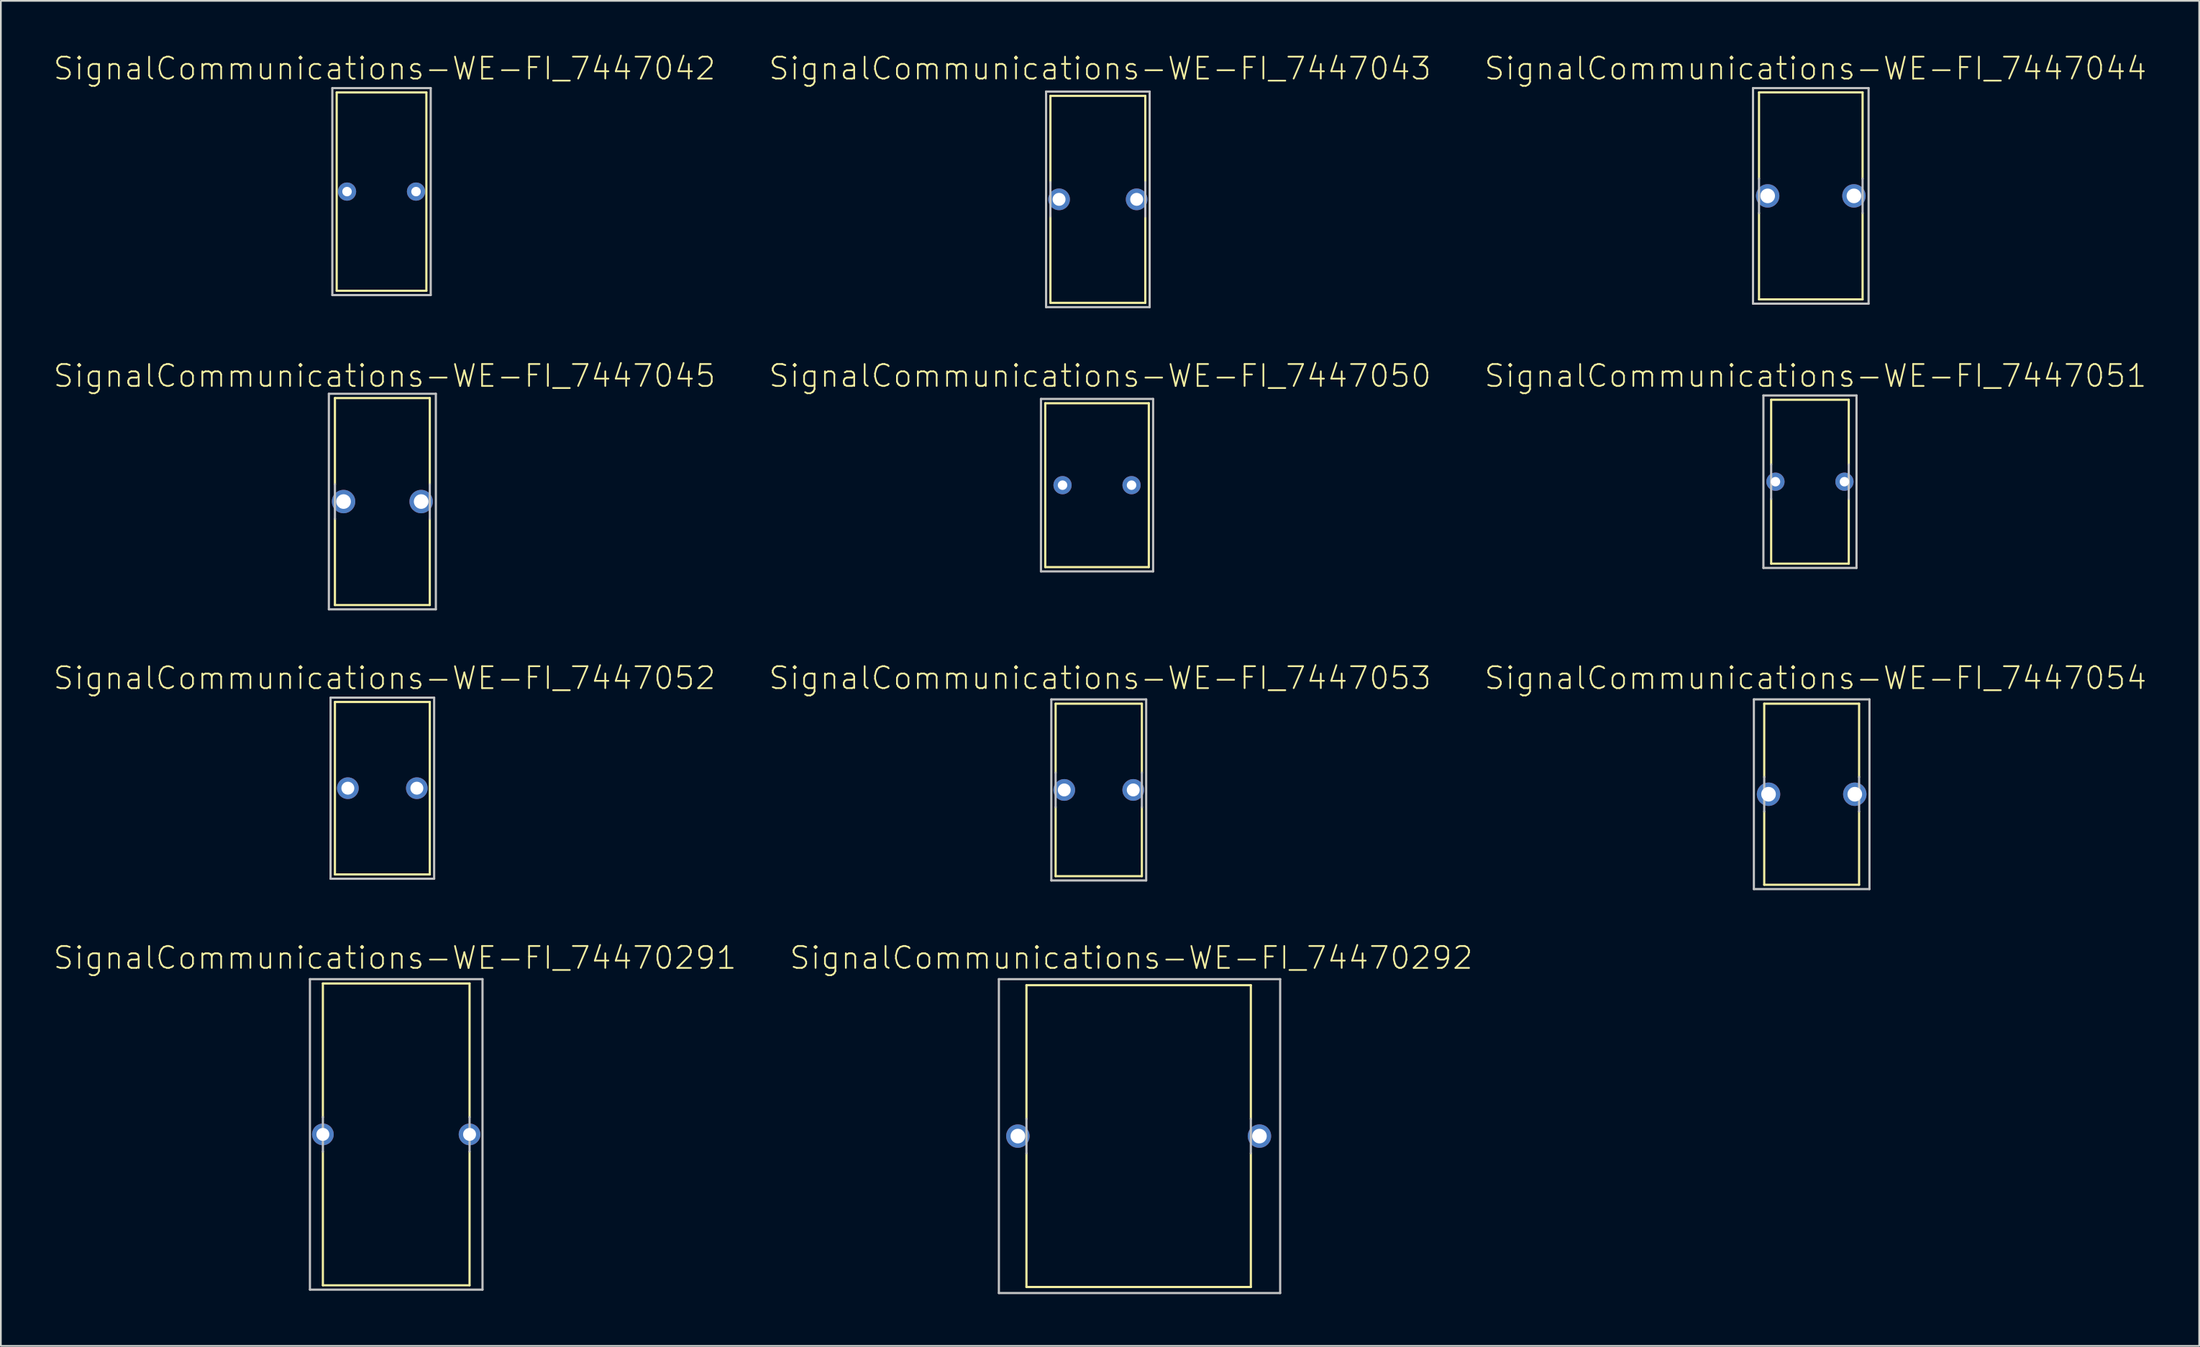
<source format=kicad_pcb>
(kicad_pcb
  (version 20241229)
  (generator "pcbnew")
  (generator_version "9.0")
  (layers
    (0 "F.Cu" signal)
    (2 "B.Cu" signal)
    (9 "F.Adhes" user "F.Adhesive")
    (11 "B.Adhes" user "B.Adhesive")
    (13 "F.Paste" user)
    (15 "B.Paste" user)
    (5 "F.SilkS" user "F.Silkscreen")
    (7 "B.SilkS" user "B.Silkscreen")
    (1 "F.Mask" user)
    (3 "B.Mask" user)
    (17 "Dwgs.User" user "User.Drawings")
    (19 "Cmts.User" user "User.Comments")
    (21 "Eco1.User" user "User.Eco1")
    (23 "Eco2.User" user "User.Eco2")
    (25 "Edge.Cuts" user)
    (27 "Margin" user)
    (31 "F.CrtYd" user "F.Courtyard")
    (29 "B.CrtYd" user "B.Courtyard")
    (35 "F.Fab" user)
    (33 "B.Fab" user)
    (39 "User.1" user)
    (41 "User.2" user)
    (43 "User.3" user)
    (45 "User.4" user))
  (footprint "SignalCommunications-WE-FI_7447043"
    (layer "F.Cu")
    (at 60.555 8.506)
    (property "Reference" "SignalCommunications-WE-FI_7447043" (at 0.124 -7.584 0) (layer "F.SilkS") (effects (font (size 1.27 1.27) (thickness 0.102))))
    (attr exclude_from_pos_files exclude_from_bom)
    (fp_line (start -2.748 -5.999) (end 2.748 -5.999) (stroke (width 0.127) (type solid)) (layer "F.SilkS"))
    (fp_line (start -2.748 -0.998) (end -2.748 -5.999) (stroke (width 0.127) (type solid)) (layer "F.SilkS"))
    (fp_line (start -2.748 5.999) (end -2.748 0.998) (stroke (width 0.127) (type solid)) (layer "F.SilkS"))
    (fp_line (start 2.748 -0.998) (end 2.748 -5.999) (stroke (width 0.127) (type solid)) (layer "F.SilkS"))
    (fp_line (start 2.748 5.999) (end -2.748 5.999) (stroke (width 0.127) (type solid)) (layer "F.SilkS"))
    (fp_line (start 2.748 5.999) (end 2.748 0.998) (stroke (width 0.127) (type solid)) (layer "F.SilkS"))
    (fp_line (start -3 -6.248) (end 3 -6.248) (stroke (width 0.127) (type solid)) (layer "Dwgs.User"))
    (fp_line (start -3 6.248) (end -3 -6.248) (stroke (width 0.127) (type solid)) (layer "Dwgs.User"))
    (fp_line (start -2.748 0.998) (end -2.748 -0.998) (stroke (width 0.127) (type solid)) (layer "Dwgs.User"))
    (fp_line (start 2.748 0.998) (end 2.748 -0.998) (stroke (width 0.127) (type solid)) (layer "Dwgs.User"))
    (fp_line (start 3 -6.248) (end 3 6.248) (stroke (width 0.127) (type solid)) (layer "Dwgs.User"))
    (fp_line (start 3 6.248) (end -3 6.248) (stroke (width 0.127) (type solid)) (layer "Dwgs.User"))
    (pad "1" thru_hole circle (at -2.248 0) (size 1.257 1.257) (drill 0.749) (layers "*.Cu" "*.Paste" "*.Mask"))
    (pad "2" thru_hole circle (at 2.248 0) (size 1.257 1.257) (drill 0.749) (layers "*.Cu" "*.Paste" "*.Mask")))
  (footprint "SignalCommunications-WE-FI_7447053"
    (layer "F.Cu")
    (at 60.606 42.741)
    (property "Reference" "SignalCommunications-WE-FI_7447053" (at 0.074 -6.485 0) (layer "F.SilkS") (effects (font (size 1.27 1.27) (thickness 0.102))))
    (attr exclude_from_pos_files exclude_from_bom)
    (fp_line (start -2.499 -4.999) (end 2.499 -4.999) (stroke (width 0.127) (type solid)) (layer "F.SilkS"))
    (fp_line (start -2.499 -0.998) (end -2.499 -4.999) (stroke (width 0.127) (type solid)) (layer "F.SilkS"))
    (fp_line (start -2.499 4.999) (end -2.499 0.998) (stroke (width 0.127) (type solid)) (layer "F.SilkS"))
    (fp_line (start 2.499 -0.998) (end 2.499 -4.999) (stroke (width 0.127) (type solid)) (layer "F.SilkS"))
    (fp_line (start 2.499 4.999) (end -2.499 4.999) (stroke (width 0.127) (type solid)) (layer "F.SilkS"))
    (fp_line (start 2.499 4.999) (end 2.499 0.998) (stroke (width 0.127) (type solid)) (layer "F.SilkS"))
    (fp_line (start -2.748 -5.248) (end 2.748 -5.248) (stroke (width 0.127) (type solid)) (layer "Dwgs.User"))
    (fp_line (start -2.748 5.248) (end -2.748 -5.248) (stroke (width 0.127) (type solid)) (layer "Dwgs.User"))
    (fp_line (start -2.499 0.998) (end -2.499 -0.998) (stroke (width 0.127) (type solid)) (layer "Dwgs.User"))
    (fp_line (start 2.499 0.998) (end 2.499 -0.998) (stroke (width 0.127) (type solid)) (layer "Dwgs.User"))
    (fp_line (start 2.748 -5.248) (end 2.748 5.248) (stroke (width 0.127) (type solid)) (layer "Dwgs.User"))
    (fp_line (start 2.748 5.248) (end -2.748 5.248) (stroke (width 0.127) (type solid)) (layer "Dwgs.User"))
    (pad "1" thru_hole circle (at -1.999 0) (size 1.257 1.257) (drill 0.749) (layers "*.Cu" "*.Paste" "*.Mask"))
    (pad "2" thru_hole circle (at 1.999 0) (size 1.257 1.257) (drill 0.749) (layers "*.Cu" "*.Paste" "*.Mask")))
  (footprint "SignalCommunications-WE-FI_74470291"
    (layer "F.Cu")
    (at 19.905 62.708)
    (property "Reference" "SignalCommunications-WE-FI_74470291" (at -0.074 -10.234 0) (layer "F.SilkS") (effects (font (size 1.27 1.27) (thickness 0.102))))
    (attr exclude_from_pos_files exclude_from_bom)
    (fp_line (start -4.249 -8.748) (end 4.249 -8.748) (stroke (width 0.127) (type solid)) (layer "F.SilkS"))
    (fp_line (start -4.249 -0.998) (end -4.249 -8.748) (stroke (width 0.127) (type solid)) (layer "F.SilkS"))
    (fp_line (start -4.249 0.998) (end -4.249 8.748) (stroke (width 0.127) (type solid)) (layer "F.SilkS"))
    (fp_line (start 4.249 -0.998) (end 4.249 -8.748) (stroke (width 0.127) (type solid)) (layer "F.SilkS"))
    (fp_line (start 4.249 0.998) (end 4.249 8.748) (stroke (width 0.127) (type solid)) (layer "F.SilkS"))
    (fp_line (start 4.249 8.748) (end -4.249 8.748) (stroke (width 0.127) (type solid)) (layer "F.SilkS"))
    (fp_line (start -4.999 -8.999) (end 4.999 -8.999) (stroke (width 0.127) (type solid)) (layer "Dwgs.User"))
    (fp_line (start -4.999 8.999) (end -4.999 -8.999) (stroke (width 0.127) (type solid)) (layer "Dwgs.User"))
    (fp_line (start -4.249 0.998) (end -4.249 -0.998) (stroke (width 0.127) (type solid)) (layer "Dwgs.User"))
    (fp_line (start 4.249 0.998) (end 4.249 -0.998) (stroke (width 0.127) (type solid)) (layer "Dwgs.User"))
    (fp_line (start 4.999 -8.999) (end 4.999 8.999) (stroke (width 0.127) (type solid)) (layer "Dwgs.User"))
    (fp_line (start 4.999 8.999) (end -4.999 8.999) (stroke (width 0.127) (type solid)) (layer "Dwgs.User"))
    (pad "1" thru_hole circle (at -4.249 0) (size 1.257 1.257) (drill 0.749) (layers "*.Cu" "*.Paste" "*.Mask"))
    (pad "2" thru_hole circle (at 4.249 0) (size 1.257 1.257) (drill 0.749) (layers "*.Cu" "*.Paste" "*.Mask")))
  (footprint "SignalCommunications-WE-FI_7447050"
    (layer "F.Cu")
    (at 60.507 25.074)
    (property "Reference" "SignalCommunications-WE-FI_7447050" (at 0.173 -6.335 0) (layer "F.SilkS") (effects (font (size 1.27 1.27) (thickness 0.102))))
    (attr exclude_from_pos_files exclude_from_bom)
    (fp_line (start -3 -4.75) (end 3 -4.75) (stroke (width 0.127) (type solid)) (layer "F.SilkS"))
    (fp_line (start -3 4.75) (end -3 -4.75) (stroke (width 0.127) (type solid)) (layer "F.SilkS"))
    (fp_line (start 3 -4.75) (end 3 4.75) (stroke (width 0.127) (type solid)) (layer "F.SilkS"))
    (fp_line (start 3 4.75) (end -3 4.75) (stroke (width 0.127) (type solid)) (layer "F.SilkS"))
    (fp_line (start -3.249 -4.999) (end 3.249 -4.999) (stroke (width 0.127) (type solid)) (layer "Dwgs.User"))
    (fp_line (start -3.249 4.999) (end -3.249 -4.999) (stroke (width 0.127) (type solid)) (layer "Dwgs.User"))
    (fp_line (start 3.249 -4.999) (end 3.249 4.999) (stroke (width 0.127) (type solid)) (layer "Dwgs.User"))
    (fp_line (start 3.249 4.999) (end -3.249 4.999) (stroke (width 0.127) (type solid)) (layer "Dwgs.User"))
    (pad "1" thru_hole circle (at -1.999 0) (size 1.057 1.057) (drill 0.549) (layers "*.Cu" "*.Paste" "*.Mask"))
    (pad "2" thru_hole circle (at 1.999 0) (size 1.057 1.057) (drill 0.549) (layers "*.Cu" "*.Paste" "*.Mask")))
  (footprint "SignalCommunications-WE-FI_7447052"
    (layer "F.Cu")
    (at 19.102 42.64)
    (property "Reference" "SignalCommunications-WE-FI_7447052" (at 0.124 -6.383 0) (layer "F.SilkS") (effects (font (size 1.27 1.27) (thickness 0.102))))
    (attr exclude_from_pos_files exclude_from_bom)
    (fp_line (start -2.748 -4.999) (end 2.748 -4.999) (stroke (width 0.127) (type solid)) (layer "F.SilkS"))
    (fp_line (start -2.748 4.999) (end -2.748 -4.999) (stroke (width 0.127) (type solid)) (layer "F.SilkS"))
    (fp_line (start 2.748 -4.999) (end 2.748 4.999) (stroke (width 0.127) (type solid)) (layer "F.SilkS"))
    (fp_line (start 2.748 4.999) (end -2.748 4.999) (stroke (width 0.127) (type solid)) (layer "F.SilkS"))
    (fp_line (start -3 -5.248) (end 3 -5.248) (stroke (width 0.127) (type solid)) (layer "Dwgs.User"))
    (fp_line (start -3 5.248) (end -3 -5.248) (stroke (width 0.127) (type solid)) (layer "Dwgs.User"))
    (fp_line (start 3 -5.248) (end 3 5.248) (stroke (width 0.127) (type solid)) (layer "Dwgs.User"))
    (fp_line (start 3 5.248) (end -3 5.248) (stroke (width 0.127) (type solid)) (layer "Dwgs.User"))
    (pad "1" thru_hole circle (at -1.999 0) (size 1.257 1.257) (drill 0.749) (layers "*.Cu" "*.Paste" "*.Mask"))
    (pad "2" thru_hole circle (at 1.999 0) (size 1.257 1.257) (drill 0.749) (layers "*.Cu" "*.Paste" "*.Mask")))
  (footprint "SignalCommunications-WE-FI_7447054"
    (layer "F.Cu")
    (at 101.909 42.99)
    (property "Reference" "SignalCommunications-WE-FI_7447054" (at 0.224 -6.734 0) (layer "F.SilkS") (effects (font (size 1.27 1.27) (thickness 0.102))))
    (attr exclude_from_pos_files exclude_from_bom)
    (fp_line (start -2.748 -5.248) (end 2.748 -5.248) (stroke (width 0.127) (type solid)) (layer "F.SilkS"))
    (fp_line (start -2.748 -0.998) (end -2.748 -5.248) (stroke (width 0.127) (type solid)) (layer "F.SilkS"))
    (fp_line (start -2.748 0.998) (end -2.748 5.248) (stroke (width 0.127) (type solid)) (layer "F.SilkS"))
    (fp_line (start 2.748 -0.998) (end 2.748 -5.248) (stroke (width 0.127) (type solid)) (layer "F.SilkS"))
    (fp_line (start 2.748 0.998) (end 2.748 5.248) (stroke (width 0.127) (type solid)) (layer "F.SilkS"))
    (fp_line (start 2.748 5.248) (end -2.748 5.248) (stroke (width 0.127) (type solid)) (layer "F.SilkS"))
    (fp_line (start -3.348 -5.499) (end 3.348 -5.499) (stroke (width 0.127) (type solid)) (layer "Dwgs.User"))
    (fp_line (start -3.348 5.499) (end -3.348 -5.499) (stroke (width 0.127) (type solid)) (layer "Dwgs.User"))
    (fp_line (start -2.748 0.998) (end -2.748 -0.998) (stroke (width 0.127) (type solid)) (layer "Dwgs.User"))
    (fp_line (start 2.748 0.998) (end 2.748 -0.998) (stroke (width 0.127) (type solid)) (layer "Dwgs.User"))
    (fp_line (start 3.348 -5.499) (end 3.348 5.499) (stroke (width 0.127) (type solid)) (layer "Dwgs.User"))
    (fp_line (start 3.348 5.499) (end -3.348 5.499) (stroke (width 0.127) (type solid)) (layer "Dwgs.User"))
    (pad "1" thru_hole circle (at -2.499 0) (size 1.356 1.356) (drill 0.848) (layers "*.Cu" "*.Paste" "*.Mask"))
    (pad "2" thru_hole circle (at 2.499 0) (size 1.356 1.356) (drill 0.848) (layers "*.Cu" "*.Paste" "*.Mask")))
  (footprint "SignalCommunications-WE-FI_74470292"
    (layer "F.Cu")
    (at 62.918 62.807)
    (property "Reference" "SignalCommunications-WE-FI_74470292" (at -0.424 -10.333 0) (layer "F.SilkS") (effects (font (size 1.27 1.27) (thickness 0.102))))
    (attr exclude_from_pos_files exclude_from_bom)
    (fp_line (start -6.5 -8.748) (end 6.5 -8.748) (stroke (width 0.127) (type solid)) (layer "F.SilkS"))
    (fp_line (start -6.5 -0.998) (end -6.5 -8.748) (stroke (width 0.127) (type solid)) (layer "F.SilkS"))
    (fp_line (start -6.5 0.998) (end -6.5 8.748) (stroke (width 0.127) (type solid)) (layer "F.SilkS"))
    (fp_line (start 6.5 -0.998) (end 6.5 -8.748) (stroke (width 0.127) (type solid)) (layer "F.SilkS"))
    (fp_line (start 6.5 0.998) (end 6.5 8.748) (stroke (width 0.127) (type solid)) (layer "F.SilkS"))
    (fp_line (start 6.5 8.748) (end -6.5 8.748) (stroke (width 0.127) (type solid)) (layer "F.SilkS"))
    (fp_line (start -8.098 -9.098) (end 8.199 -9.098) (stroke (width 0.127) (type solid)) (layer "Dwgs.User"))
    (fp_line (start -8.098 9.098) (end -8.098 -9.098) (stroke (width 0.127) (type solid)) (layer "Dwgs.User"))
    (fp_line (start -6.5 0.998) (end -6.5 -0.998) (stroke (width 0.127) (type solid)) (layer "Dwgs.User"))
    (fp_line (start 6.5 0.998) (end 6.5 -0.998) (stroke (width 0.127) (type solid)) (layer "Dwgs.User"))
    (fp_line (start 8.199 -9.098) (end 8.199 9.098) (stroke (width 0.127) (type solid)) (layer "Dwgs.User"))
    (fp_line (start 8.199 9.098) (end -8.098 9.098) (stroke (width 0.127) (type solid)) (layer "Dwgs.User"))
    (pad "1" thru_hole circle (at -6.998 0) (size 1.356 1.356) (drill 0.848) (layers "*.Cu" "*.Paste" "*.Mask"))
    (pad "2" thru_hole circle (at 6.998 0) (size 1.356 1.356) (drill 0.848) (layers "*.Cu" "*.Paste" "*.Mask")))
  (footprint "SignalCommunications-WE-FI_7447051"
    (layer "F.Cu")
    (at 101.81 24.873)
    (property "Reference" "SignalCommunications-WE-FI_7447051" (at 0.323 -6.134 0) (layer "F.SilkS") (effects (font (size 1.27 1.27) (thickness 0.102))))
    (attr exclude_from_pos_files exclude_from_bom)
    (fp_line (start -2.248 -4.75) (end 2.248 -4.75) (stroke (width 0.127) (type solid)) (layer "F.SilkS"))
    (fp_line (start -2.248 -0.998) (end -2.248 -4.75) (stroke (width 0.127) (type solid)) (layer "F.SilkS"))
    (fp_line (start -2.248 0.998) (end -2.248 4.75) (stroke (width 0.127) (type solid)) (layer "F.SilkS"))
    (fp_line (start 2.248 -0.998) (end 2.248 -4.75) (stroke (width 0.127) (type solid)) (layer "F.SilkS"))
    (fp_line (start 2.248 0.998) (end 2.248 4.75) (stroke (width 0.127) (type solid)) (layer "F.SilkS"))
    (fp_line (start 2.248 4.75) (end -2.248 4.75) (stroke (width 0.127) (type solid)) (layer "F.SilkS"))
    (fp_line (start -2.697 -4.999) (end 2.697 -4.999) (stroke (width 0.127) (type solid)) (layer "Dwgs.User"))
    (fp_line (start -2.697 4.999) (end -2.697 -4.999) (stroke (width 0.127) (type solid)) (layer "Dwgs.User"))
    (fp_line (start -2.248 0.998) (end -2.248 -0.998) (stroke (width 0.127) (type solid)) (layer "Dwgs.User"))
    (fp_line (start 2.248 0.998) (end 2.248 -0.998) (stroke (width 0.127) (type solid)) (layer "Dwgs.User"))
    (fp_line (start 2.697 -4.999) (end 2.697 4.999) (stroke (width 0.127) (type solid)) (layer "Dwgs.User"))
    (fp_line (start 2.697 4.999) (end -2.697 4.999) (stroke (width 0.127) (type solid)) (layer "Dwgs.User"))
    (pad "1" thru_hole circle (at -1.999 0) (size 1.057 1.057) (drill 0.549) (layers "*.Cu" "*.Paste" "*.Mask"))
    (pad "2" thru_hole circle (at 1.999 0) (size 1.057 1.057) (drill 0.549) (layers "*.Cu" "*.Paste" "*.Mask")))
  (footprint "SignalCommunications-WE-FI_7447045"
    (layer "F.Cu")
    (at 19.102 26.024)
    (property "Reference" "SignalCommunications-WE-FI_7447045" (at 0.124 -7.285 0) (layer "F.SilkS") (effects (font (size 1.27 1.27) (thickness 0.102))))
    (attr exclude_from_pos_files exclude_from_bom)
    (fp_line (start -2.748 -5.999) (end 2.748 -5.999) (stroke (width 0.127) (type solid)) (layer "F.SilkS"))
    (fp_line (start -2.748 -0.998) (end -2.748 -5.999) (stroke (width 0.127) (type solid)) (layer "F.SilkS"))
    (fp_line (start -2.748 5.999) (end -2.748 0.998) (stroke (width 0.127) (type solid)) (layer "F.SilkS"))
    (fp_line (start 2.748 -0.998) (end 2.748 -5.999) (stroke (width 0.127) (type solid)) (layer "F.SilkS"))
    (fp_line (start 2.748 5.999) (end -2.748 5.999) (stroke (width 0.127) (type solid)) (layer "F.SilkS"))
    (fp_line (start 2.748 5.999) (end 2.748 0.998) (stroke (width 0.127) (type solid)) (layer "F.SilkS"))
    (fp_line (start -3.099 -6.248) (end 3.099 -6.248) (stroke (width 0.127) (type solid)) (layer "Dwgs.User"))
    (fp_line (start -3.099 6.248) (end -3.099 -6.248) (stroke (width 0.127) (type solid)) (layer "Dwgs.User"))
    (fp_line (start -2.748 0.998) (end -2.748 -0.998) (stroke (width 0.127) (type solid)) (layer "Dwgs.User"))
    (fp_line (start 2.748 0.998) (end 2.748 -0.998) (stroke (width 0.127) (type solid)) (layer "Dwgs.User"))
    (fp_line (start 3.099 -6.248) (end 3.099 6.248) (stroke (width 0.127) (type solid)) (layer "Dwgs.User"))
    (fp_line (start 3.099 6.248) (end -3.099 6.248) (stroke (width 0.127) (type solid)) (layer "Dwgs.User"))
    (pad "1" thru_hole circle (at -2.248 0) (size 1.356 1.356) (drill 0.848) (layers "*.Cu" "*.Paste" "*.Mask"))
    (pad "2" thru_hole circle (at 2.248 0) (size 1.356 1.356) (drill 0.848) (layers "*.Cu" "*.Paste" "*.Mask")))
  (footprint "SignalCommunications-WE-FI_7447042"
    (layer "F.Cu")
    (at 19.054 8.056)
    (property "Reference" "SignalCommunications-WE-FI_7447042" (at 0.173 -7.135 0) (layer "F.SilkS") (effects (font (size 1.27 1.27) (thickness 0.102))))
    (attr exclude_from_pos_files exclude_from_bom)
    (fp_line (start -2.598 -5.748) (end 2.598 -5.748) (stroke (width 0.127) (type solid)) (layer "F.SilkS"))
    (fp_line (start -2.598 5.748) (end -2.598 -5.748) (stroke (width 0.127) (type solid)) (layer "F.SilkS"))
    (fp_line (start 2.598 -5.748) (end 2.598 5.748) (stroke (width 0.127) (type solid)) (layer "F.SilkS"))
    (fp_line (start 2.598 5.748) (end -2.598 5.748) (stroke (width 0.127) (type solid)) (layer "F.SilkS"))
    (fp_line (start -2.85 -5.999) (end 2.85 -5.999) (stroke (width 0.127) (type solid)) (layer "Dwgs.User"))
    (fp_line (start -2.85 5.999) (end -2.85 -5.999) (stroke (width 0.127) (type solid)) (layer "Dwgs.User"))
    (fp_line (start 2.85 -5.999) (end 2.85 5.999) (stroke (width 0.127) (type solid)) (layer "Dwgs.User"))
    (fp_line (start 2.85 5.999) (end -2.85 5.999) (stroke (width 0.127) (type solid)) (layer "Dwgs.User"))
    (pad "1" thru_hole circle (at -1.999 0) (size 1.057 1.057) (drill 0.549) (layers "*.Cu" "*.Paste" "*.Mask"))
    (pad "2" thru_hole circle (at 1.999 0) (size 1.057 1.057) (drill 0.549) (layers "*.Cu" "*.Paste" "*.Mask")))
  (footprint "SignalCommunications-WE-FI_7447044"
    (layer "F.Cu")
    (at 101.859 8.305)
    (property "Reference" "SignalCommunications-WE-FI_7447044" (at 0.274 -7.384 0) (layer "F.SilkS") (effects (font (size 1.27 1.27) (thickness 0.102))))
    (attr exclude_from_pos_files exclude_from_bom)
    (fp_line (start -3 -5.999) (end 3 -5.999) (stroke (width 0.127) (type solid)) (layer "F.SilkS"))
    (fp_line (start -3 -0.998) (end -3 -5.999) (stroke (width 0.127) (type solid)) (layer "F.SilkS"))
    (fp_line (start -3 5.999) (end -3 0.998) (stroke (width 0.127) (type solid)) (layer "F.SilkS"))
    (fp_line (start 3 -0.998) (end 3 -5.999) (stroke (width 0.127) (type solid)) (layer "F.SilkS"))
    (fp_line (start 3 5.999) (end -3 5.999) (stroke (width 0.127) (type solid)) (layer "F.SilkS"))
    (fp_line (start 3 5.999) (end 3 0.998) (stroke (width 0.127) (type solid)) (layer "F.SilkS"))
    (fp_line (start -3.348 -6.248) (end 3.348 -6.248) (stroke (width 0.127) (type solid)) (layer "Dwgs.User"))
    (fp_line (start -3.348 6.248) (end -3.348 -6.248) (stroke (width 0.127) (type solid)) (layer "Dwgs.User"))
    (fp_line (start -3 0.998) (end -3 -0.998) (stroke (width 0.127) (type solid)) (layer "Dwgs.User"))
    (fp_line (start 3 0.998) (end 3 -0.998) (stroke (width 0.127) (type solid)) (layer "Dwgs.User"))
    (fp_line (start 3.348 -6.248) (end 3.348 6.248) (stroke (width 0.127) (type solid)) (layer "Dwgs.User"))
    (fp_line (start 3.348 6.248) (end -3.348 6.248) (stroke (width 0.127) (type solid)) (layer "Dwgs.User"))
    (pad "1" thru_hole circle (at -2.499 0) (size 1.356 1.356) (drill 0.848) (layers "*.Cu" "*.Paste" "*.Mask"))
    (pad "2" thru_hole circle (at 2.499 0) (size 1.356 1.356) (drill 0.848) (layers "*.Cu" "*.Paste" "*.Mask")))
  (gr_rect
    (start -3 -3)
    (end 124.36 74.969)
    (stroke (width 0.1) (type default))
    (fill no)
    (layer "Edge.Cuts")))
</source>
